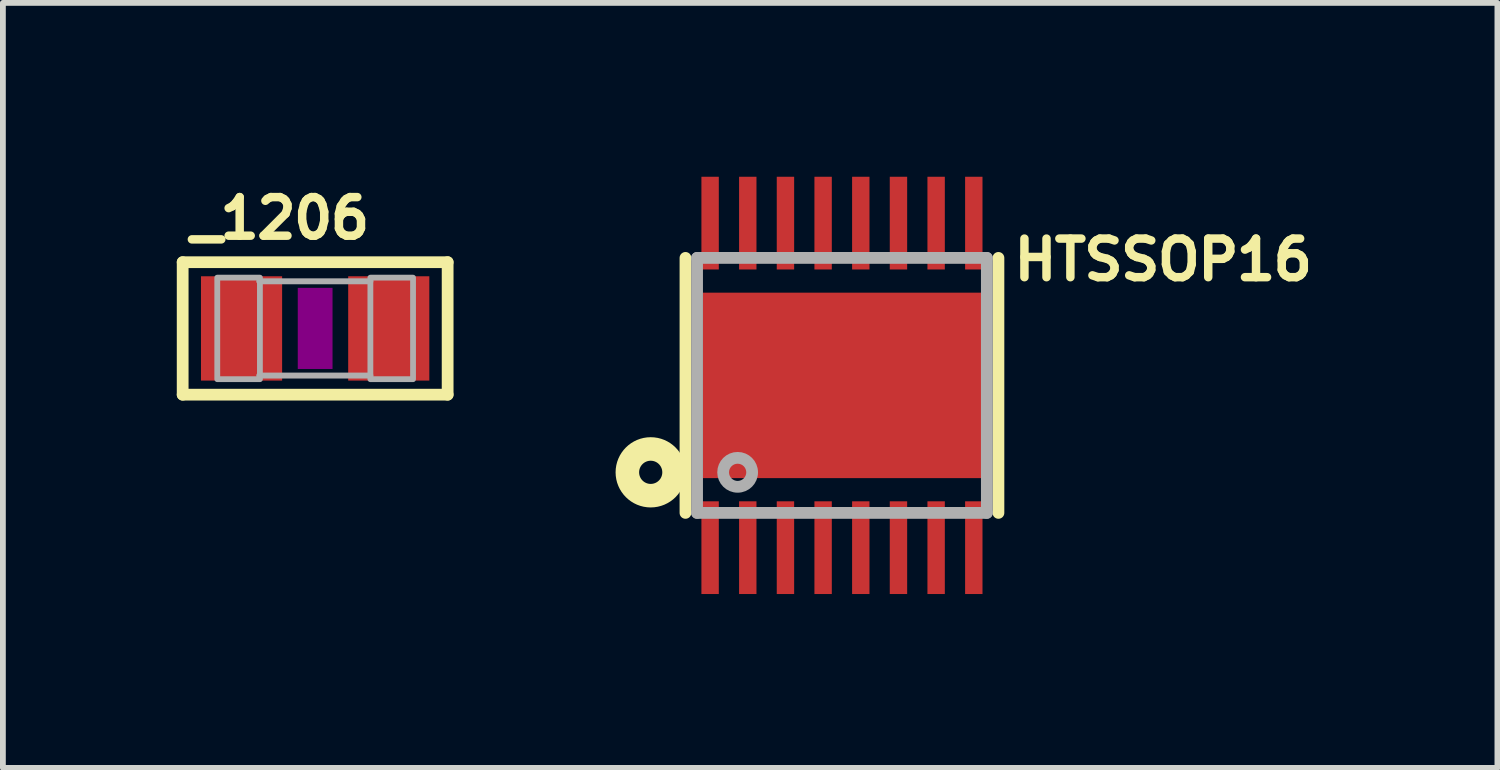
<source format=kicad_pcb>
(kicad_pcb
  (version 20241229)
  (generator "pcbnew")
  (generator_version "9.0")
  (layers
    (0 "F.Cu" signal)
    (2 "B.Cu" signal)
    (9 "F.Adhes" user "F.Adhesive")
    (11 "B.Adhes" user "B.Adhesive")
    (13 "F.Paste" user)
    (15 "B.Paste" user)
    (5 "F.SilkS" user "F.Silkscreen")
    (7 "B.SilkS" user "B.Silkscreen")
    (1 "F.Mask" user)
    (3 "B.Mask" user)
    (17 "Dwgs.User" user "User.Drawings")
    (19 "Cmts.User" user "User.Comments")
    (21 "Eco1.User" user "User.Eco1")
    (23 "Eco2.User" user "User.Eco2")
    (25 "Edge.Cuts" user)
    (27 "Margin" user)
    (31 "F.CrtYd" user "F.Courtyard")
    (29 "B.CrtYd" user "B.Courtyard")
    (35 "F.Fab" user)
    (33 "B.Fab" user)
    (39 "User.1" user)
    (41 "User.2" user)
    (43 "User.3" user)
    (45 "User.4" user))
  (footprint "_1206"
    (layer "F.Cu")
    (at 2.388 2.617)
    (property "Reference" "_1206" (at -2.223 -1.511 0) (layer "F.SilkS") (effects (font (size 0.666 0.666) (thickness 0.146)) (justify left bottom)))
    (fp_line (start -2.286 -1.143) (end 2.286 -1.143) (stroke (width 0.203) (type solid)) (layer "F.SilkS"))
    (fp_line (start -2.286 1.143) (end -2.286 -1.143) (stroke (width 0.203) (type solid)) (layer "F.SilkS"))
    (fp_line (start 2.286 -1.143) (end 2.286 1.143) (stroke (width 0.203) (type solid)) (layer "F.SilkS"))
    (fp_line (start 2.286 1.143) (end -2.286 1.143) (stroke (width 0.203) (type solid)) (layer "F.SilkS"))
    (fp_poly (pts (xy -0.3 0.7) (xy 0.3 0.7) (xy 0.3 -0.7) (xy -0.3 -0.7)) (stroke (width 0) (type solid)) (fill yes) (layer "F.Adhes"))
    (fp_line (start 0.953 -0.813) (end -0.965 -0.813) (stroke (width 0.102) (type solid)) (layer "F.Fab"))
    (fp_line (start 0.953 0.813) (end -0.965 0.813) (stroke (width 0.102) (type solid)) (layer "F.Fab"))
    (fp_poly (pts (xy -1.689 0.876) (xy -0.953 0.876) (xy -0.953 -0.876) (xy -1.689 -0.876)) (stroke (width 0.1) (type solid)) (fill no) (layer "F.Fab"))
    (fp_poly (pts (xy 0.953 0.876) (xy 1.689 0.876) (xy 1.689 -0.876) (xy 0.953 -0.876)) (stroke (width 0.1) (type solid)) (fill no) (layer "F.Fab"))
    (pad "1" smd rect (at -1.27 0) (size 1.4 1.8) (layers "F.Cu" "F.Mask" "F.Paste"))
    (pad "2" smd rect (at 1.27 0) (size 1.4 1.8) (layers "F.Cu" "F.Mask" "F.Paste")))
  (footprint "HTSSOP16"
    (layer "F.Cu")
    (at 11.478 3.6)
    (property "Reference" "HTSSOP16" (at 2.894 -1.778 0) (layer "F.SilkS") (effects (font (size 0.666 0.666) (thickness 0.146)) (justify left bottom)))
    (fp_line (start -2.7 -2.2) (end -2.7 2.2) (stroke (width 0.203) (type solid)) (layer "F.SilkS"))
    (fp_line (start 2.7 -2.2) (end 2.7 2.2) (stroke (width 0.203) (type solid)) (layer "F.SilkS"))
    (fp_circle (center -3.3 1.5) (end -3.1 1.5) (stroke (width 0.406) (type solid)) (fill no) (layer "F.SilkS"))
    (fp_poly (pts (xy -1.155 1.23) (xy 1.155 1.23) (xy 1.155 -1.23) (xy -1.155 -1.23)) (stroke (width 0) (type solid)) (fill yes) (layer "F.Paste"))
    (fp_line (start -2.5 -2.2) (end 2.5 -2.2) (stroke (width 0.203) (type solid)) (layer "F.Fab"))
    (fp_line (start -2.5 2.2) (end -2.5 -2.2) (stroke (width 0.203) (type solid)) (layer "F.Fab"))
    (fp_line (start 2.5 -2.2) (end 2.5 2.2) (stroke (width 0.203) (type solid)) (layer "F.Fab"))
    (fp_line (start 2.5 2.2) (end -2.5 2.2) (stroke (width 0.203) (type solid)) (layer "F.Fab"))
    (fp_circle (center -1.8 1.5) (end -1.55 1.5) (stroke (width 0.203) (type solid)) (fill no) (layer "F.Fab"))
    (pad "1" smd rect (at -2.275 2.8) (size 0.3 1.6) (layers "F.Cu" "F.Mask" "F.Paste"))
    (pad "2" smd rect (at -1.625 2.8) (size 0.3 1.6) (layers "F.Cu" "F.Mask" "F.Paste"))
    (pad "3" smd rect (at -0.975 2.8) (size 0.3 1.6) (layers "F.Cu" "F.Mask" "F.Paste"))
    (pad "4" smd rect (at -0.325 2.8) (size 0.3 1.6) (layers "F.Cu" "F.Mask" "F.Paste"))
    (pad "5" smd rect (at 0.325 2.8) (size 0.3 1.6) (layers "F.Cu" "F.Mask" "F.Paste"))
    (pad "6" smd rect (at 0.975 2.8) (size 0.3 1.6) (layers "F.Cu" "F.Mask" "F.Paste"))
    (pad "7" smd rect (at 1.625 2.8) (size 0.3 1.6) (layers "F.Cu" "F.Mask" "F.Paste"))
    (pad "8" smd rect (at 2.275 2.8) (size 0.3 1.6) (layers "F.Cu" "F.Mask" "F.Paste"))
    (pad "9" smd rect (at 2.275 -2.8) (size 0.3 1.6) (layers "F.Cu" "F.Mask" "F.Paste"))
    (pad "10" smd rect (at 1.625 -2.8) (size 0.3 1.6) (layers "F.Cu" "F.Mask" "F.Paste"))
    (pad "11" smd rect (at 0.975 -2.8) (size 0.3 1.6) (layers "F.Cu" "F.Mask" "F.Paste"))
    (pad "12" smd rect (at 0.325 -2.8) (size 0.3 1.6) (layers "F.Cu" "F.Mask" "F.Paste"))
    (pad "13" smd rect (at -0.325 -2.8) (size 0.3 1.6) (layers "F.Cu" "F.Mask" "F.Paste"))
    (pad "14" smd rect (at -0.975 -2.8) (size 0.3 1.6) (layers "F.Cu" "F.Mask" "F.Paste"))
    (pad "15" smd rect (at -1.625 -2.8) (size 0.3 1.6) (layers "F.Cu" "F.Mask" "F.Paste"))
    (pad "16" smd rect (at -2.275 -2.8) (size 0.3 1.6) (layers "F.Cu" "F.Mask" "F.Paste"))
    (pad "PPAD" smd rect (at 0 0) (size 4.8 3.2) (layers "F.Cu" "F.Mask")))
  (gr_rect
    (start -3 -3)
    (end 22.788 10.2)
    (stroke (width 0.1) (type default))
    (fill no)
    (layer "Edge.Cuts")))
</source>
